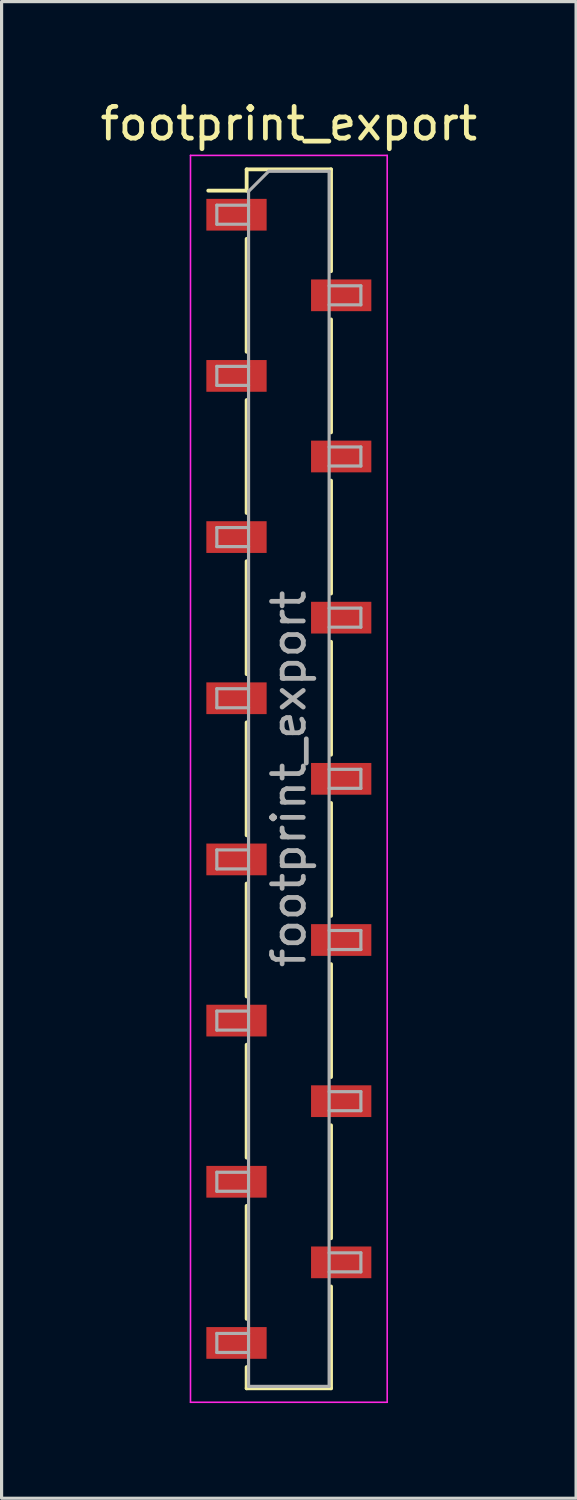
<source format=kicad_pcb>
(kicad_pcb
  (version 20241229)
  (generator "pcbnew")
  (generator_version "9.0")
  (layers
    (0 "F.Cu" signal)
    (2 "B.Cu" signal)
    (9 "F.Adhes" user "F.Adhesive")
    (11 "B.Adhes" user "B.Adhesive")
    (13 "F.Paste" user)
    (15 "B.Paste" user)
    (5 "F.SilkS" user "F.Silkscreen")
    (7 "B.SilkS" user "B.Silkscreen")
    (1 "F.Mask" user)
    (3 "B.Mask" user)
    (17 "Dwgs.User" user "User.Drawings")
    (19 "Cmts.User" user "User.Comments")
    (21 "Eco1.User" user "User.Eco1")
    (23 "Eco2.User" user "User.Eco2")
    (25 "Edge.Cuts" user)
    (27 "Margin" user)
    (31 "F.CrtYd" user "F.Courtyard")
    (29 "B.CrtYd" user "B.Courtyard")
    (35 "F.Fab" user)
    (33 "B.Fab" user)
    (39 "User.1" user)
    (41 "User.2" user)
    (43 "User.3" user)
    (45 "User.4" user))
  (footprint "footprint_export"
    (layer "F.Cu")
    (at 6.054 21.498)
    (property "Reference" "footprint_export" (at 0 -20.65 0) (layer "F.SilkS") (effects (font (size 1 1) (thickness 0.15))))
    (attr smd)
    (fp_line (start -2.54 -18.54) (end -1.33 -18.54) (stroke (width 0.12) (type solid)) (layer "F.SilkS"))
    (fp_line (start -1.33 -19.21) (end -1.33 -18.54) (stroke (width 0.12) (type solid)) (layer "F.SilkS"))
    (fp_line (start -1.33 -19.21) (end 1.33 -19.21) (stroke (width 0.12) (type solid)) (layer "F.SilkS"))
    (fp_line (start -1.33 -17.02) (end -1.33 -13.46) (stroke (width 0.12) (type solid)) (layer "F.SilkS"))
    (fp_line (start -1.33 -11.94) (end -1.33 -8.38) (stroke (width 0.12) (type solid)) (layer "F.SilkS"))
    (fp_line (start -1.33 -6.86) (end -1.33 -3.3) (stroke (width 0.12) (type solid)) (layer "F.SilkS"))
    (fp_line (start -1.33 -1.78) (end -1.33 1.78) (stroke (width 0.12) (type solid)) (layer "F.SilkS"))
    (fp_line (start -1.33 3.3) (end -1.33 6.86) (stroke (width 0.12) (type solid)) (layer "F.SilkS"))
    (fp_line (start -1.33 8.38) (end -1.33 11.94) (stroke (width 0.12) (type solid)) (layer "F.SilkS"))
    (fp_line (start -1.33 13.46) (end -1.33 17.02) (stroke (width 0.12) (type solid)) (layer "F.SilkS"))
    (fp_line (start -1.33 18.54) (end -1.33 19.21) (stroke (width 0.12) (type solid)) (layer "F.SilkS"))
    (fp_line (start -1.33 19.21) (end 1.33 19.21) (stroke (width 0.12) (type solid)) (layer "F.SilkS"))
    (fp_line (start 1.33 -19.21) (end 1.33 -16) (stroke (width 0.12) (type solid)) (layer "F.SilkS"))
    (fp_line (start 1.33 -14.48) (end 1.33 -10.92) (stroke (width 0.12) (type solid)) (layer "F.SilkS"))
    (fp_line (start 1.33 -9.4) (end 1.33 -5.84) (stroke (width 0.12) (type solid)) (layer "F.SilkS"))
    (fp_line (start 1.33 -4.32) (end 1.33 -0.76) (stroke (width 0.12) (type solid)) (layer "F.SilkS"))
    (fp_line (start 1.33 0.76) (end 1.33 4.32) (stroke (width 0.12) (type solid)) (layer "F.SilkS"))
    (fp_line (start 1.33 5.84) (end 1.33 9.4) (stroke (width 0.12) (type solid)) (layer "F.SilkS"))
    (fp_line (start 1.33 10.92) (end 1.33 14.48) (stroke (width 0.12) (type solid)) (layer "F.SilkS"))
    (fp_line (start 1.33 16) (end 1.33 19.21) (stroke (width 0.12) (type solid)) (layer "F.SilkS"))
    (fp_line (start -3.1 -19.65) (end 3.1 -19.65) (stroke (width 0.05) (type solid)) (layer "F.CrtYd"))
    (fp_line (start -3.1 19.65) (end -3.1 -19.65) (stroke (width 0.05) (type solid)) (layer "F.CrtYd"))
    (fp_line (start 3.1 -19.65) (end 3.1 19.65) (stroke (width 0.05) (type solid)) (layer "F.CrtYd"))
    (fp_line (start 3.1 19.65) (end -3.1 19.65) (stroke (width 0.05) (type solid)) (layer "F.CrtYd"))
    (fp_line (start -2.27 -18.08) (end -1.27 -18.08) (stroke (width 0.1) (type solid)) (layer "F.Fab"))
    (fp_line (start -2.27 -17.48) (end -2.27 -18.08) (stroke (width 0.1) (type solid)) (layer "F.Fab"))
    (fp_line (start -2.27 -13) (end -1.27 -13) (stroke (width 0.1) (type solid)) (layer "F.Fab"))
    (fp_line (start -2.27 -12.4) (end -2.27 -13) (stroke (width 0.1) (type solid)) (layer "F.Fab"))
    (fp_line (start -2.27 -7.92) (end -1.27 -7.92) (stroke (width 0.1) (type solid)) (layer "F.Fab"))
    (fp_line (start -2.27 -7.32) (end -2.27 -7.92) (stroke (width 0.1) (type solid)) (layer "F.Fab"))
    (fp_line (start -2.27 -2.84) (end -1.27 -2.84) (stroke (width 0.1) (type solid)) (layer "F.Fab"))
    (fp_line (start -2.27 -2.24) (end -2.27 -2.84) (stroke (width 0.1) (type solid)) (layer "F.Fab"))
    (fp_line (start -2.27 2.24) (end -1.27 2.24) (stroke (width 0.1) (type solid)) (layer "F.Fab"))
    (fp_line (start -2.27 2.84) (end -2.27 2.24) (stroke (width 0.1) (type solid)) (layer "F.Fab"))
    (fp_line (start -2.27 7.32) (end -1.27 7.32) (stroke (width 0.1) (type solid)) (layer "F.Fab"))
    (fp_line (start -2.27 7.92) (end -2.27 7.32) (stroke (width 0.1) (type solid)) (layer "F.Fab"))
    (fp_line (start -2.27 12.4) (end -1.27 12.4) (stroke (width 0.1) (type solid)) (layer "F.Fab"))
    (fp_line (start -2.27 13) (end -2.27 12.4) (stroke (width 0.1) (type solid)) (layer "F.Fab"))
    (fp_line (start -2.27 17.48) (end -1.27 17.48) (stroke (width 0.1) (type solid)) (layer "F.Fab"))
    (fp_line (start -2.27 18.08) (end -2.27 17.48) (stroke (width 0.1) (type solid)) (layer "F.Fab"))
    (fp_line (start -1.27 -18.515) (end -0.635 -19.15) (stroke (width 0.1) (type solid)) (layer "F.Fab"))
    (fp_line (start -1.27 -17.48) (end -2.27 -17.48) (stroke (width 0.1) (type solid)) (layer "F.Fab"))
    (fp_line (start -1.27 -12.4) (end -2.27 -12.4) (stroke (width 0.1) (type solid)) (layer "F.Fab"))
    (fp_line (start -1.27 -7.32) (end -2.27 -7.32) (stroke (width 0.1) (type solid)) (layer "F.Fab"))
    (fp_line (start -1.27 -2.24) (end -2.27 -2.24) (stroke (width 0.1) (type solid)) (layer "F.Fab"))
    (fp_line (start -1.27 2.84) (end -2.27 2.84) (stroke (width 0.1) (type solid)) (layer "F.Fab"))
    (fp_line (start -1.27 7.92) (end -2.27 7.92) (stroke (width 0.1) (type solid)) (layer "F.Fab"))
    (fp_line (start -1.27 13) (end -2.27 13) (stroke (width 0.1) (type solid)) (layer "F.Fab"))
    (fp_line (start -1.27 18.08) (end -2.27 18.08) (stroke (width 0.1) (type solid)) (layer "F.Fab"))
    (fp_line (start -1.27 19.15) (end -1.27 -18.515) (stroke (width 0.1) (type solid)) (layer "F.Fab"))
    (fp_line (start -0.635 -19.15) (end 1.27 -19.15) (stroke (width 0.1) (type solid)) (layer "F.Fab"))
    (fp_line (start 1.27 -19.15) (end 1.27 19.15) (stroke (width 0.1) (type solid)) (layer "F.Fab"))
    (fp_line (start 1.27 -15.54) (end 2.27 -15.54) (stroke (width 0.1) (type solid)) (layer "F.Fab"))
    (fp_line (start 1.27 -10.46) (end 2.27 -10.46) (stroke (width 0.1) (type solid)) (layer "F.Fab"))
    (fp_line (start 1.27 -5.38) (end 2.27 -5.38) (stroke (width 0.1) (type solid)) (layer "F.Fab"))
    (fp_line (start 1.27 -0.3) (end 2.27 -0.3) (stroke (width 0.1) (type solid)) (layer "F.Fab"))
    (fp_line (start 1.27 4.78) (end 2.27 4.78) (stroke (width 0.1) (type solid)) (layer "F.Fab"))
    (fp_line (start 1.27 9.86) (end 2.27 9.86) (stroke (width 0.1) (type solid)) (layer "F.Fab"))
    (fp_line (start 1.27 14.94) (end 2.27 14.94) (stroke (width 0.1) (type solid)) (layer "F.Fab"))
    (fp_line (start 1.27 19.15) (end -1.27 19.15) (stroke (width 0.1) (type solid)) (layer "F.Fab"))
    (fp_line (start 2.27 -15.54) (end 2.27 -14.94) (stroke (width 0.1) (type solid)) (layer "F.Fab"))
    (fp_line (start 2.27 -14.94) (end 1.27 -14.94) (stroke (width 0.1) (type solid)) (layer "F.Fab"))
    (fp_line (start 2.27 -10.46) (end 2.27 -9.86) (stroke (width 0.1) (type solid)) (layer "F.Fab"))
    (fp_line (start 2.27 -9.86) (end 1.27 -9.86) (stroke (width 0.1) (type solid)) (layer "F.Fab"))
    (fp_line (start 2.27 -5.38) (end 2.27 -4.78) (stroke (width 0.1) (type solid)) (layer "F.Fab"))
    (fp_line (start 2.27 -4.78) (end 1.27 -4.78) (stroke (width 0.1) (type solid)) (layer "F.Fab"))
    (fp_line (start 2.27 -0.3) (end 2.27 0.3) (stroke (width 0.1) (type solid)) (layer "F.Fab"))
    (fp_line (start 2.27 0.3) (end 1.27 0.3) (stroke (width 0.1) (type solid)) (layer "F.Fab"))
    (fp_line (start 2.27 4.78) (end 2.27 5.38) (stroke (width 0.1) (type solid)) (layer "F.Fab"))
    (fp_line (start 2.27 5.38) (end 1.27 5.38) (stroke (width 0.1) (type solid)) (layer "F.Fab"))
    (fp_line (start 2.27 9.86) (end 2.27 10.46) (stroke (width 0.1) (type solid)) (layer "F.Fab"))
    (fp_line (start 2.27 10.46) (end 1.27 10.46) (stroke (width 0.1) (type solid)) (layer "F.Fab"))
    (fp_line (start 2.27 14.94) (end 2.27 15.54) (stroke (width 0.1) (type solid)) (layer "F.Fab"))
    (fp_line (start 2.27 15.54) (end 1.27 15.54) (stroke (width 0.1) (type solid)) (layer "F.Fab"))
    (fp_text user "${REFERENCE}" (at 0 0 90) (layer "F.Fab") (effects (font (size 1 1) (thickness 0.15))))
    (pad "1" smd rect (at -1.65 -17.78) (size 1.9 1) (layers "F.Cu" "F.Mask" "F.Paste"))
    (pad "2" smd rect (at 1.65 -15.24) (size 1.9 1) (layers "F.Cu" "F.Mask" "F.Paste"))
    (pad "3" smd rect (at -1.65 -12.7) (size 1.9 1) (layers "F.Cu" "F.Mask" "F.Paste"))
    (pad "4" smd rect (at 1.65 -10.16) (size 1.9 1) (layers "F.Cu" "F.Mask" "F.Paste"))
    (pad "5" smd rect (at -1.65 -7.62) (size 1.9 1) (layers "F.Cu" "F.Mask" "F.Paste"))
    (pad "6" smd rect (at 1.65 -5.08) (size 1.9 1) (layers "F.Cu" "F.Mask" "F.Paste"))
    (pad "7" smd rect (at -1.65 -2.54) (size 1.9 1) (layers "F.Cu" "F.Mask" "F.Paste"))
    (pad "8" smd rect (at 1.65 0) (size 1.9 1) (layers "F.Cu" "F.Mask" "F.Paste"))
    (pad "9" smd rect (at -1.65 2.54) (size 1.9 1) (layers "F.Cu" "F.Mask" "F.Paste"))
    (pad "10" smd rect (at 1.65 5.08) (size 1.9 1) (layers "F.Cu" "F.Mask" "F.Paste"))
    (pad "11" smd rect (at -1.65 7.62) (size 1.9 1) (layers "F.Cu" "F.Mask" "F.Paste"))
    (pad "12" smd rect (at 1.65 10.16) (size 1.9 1) (layers "F.Cu" "F.Mask" "F.Paste"))
    (pad "13" smd rect (at -1.65 12.7) (size 1.9 1) (layers "F.Cu" "F.Mask" "F.Paste"))
    (pad "14" smd rect (at 1.65 15.24) (size 1.9 1) (layers "F.Cu" "F.Mask" "F.Paste"))
    (pad "15" smd rect (at -1.65 17.78) (size 1.9 1) (layers "F.Cu" "F.Mask" "F.Paste")))
  (gr_rect
    (start -3 -3)
    (end 15.107 44.173)
    (stroke (width 0.1) (type default))
    (fill no)
    (layer "Edge.Cuts")))
</source>
